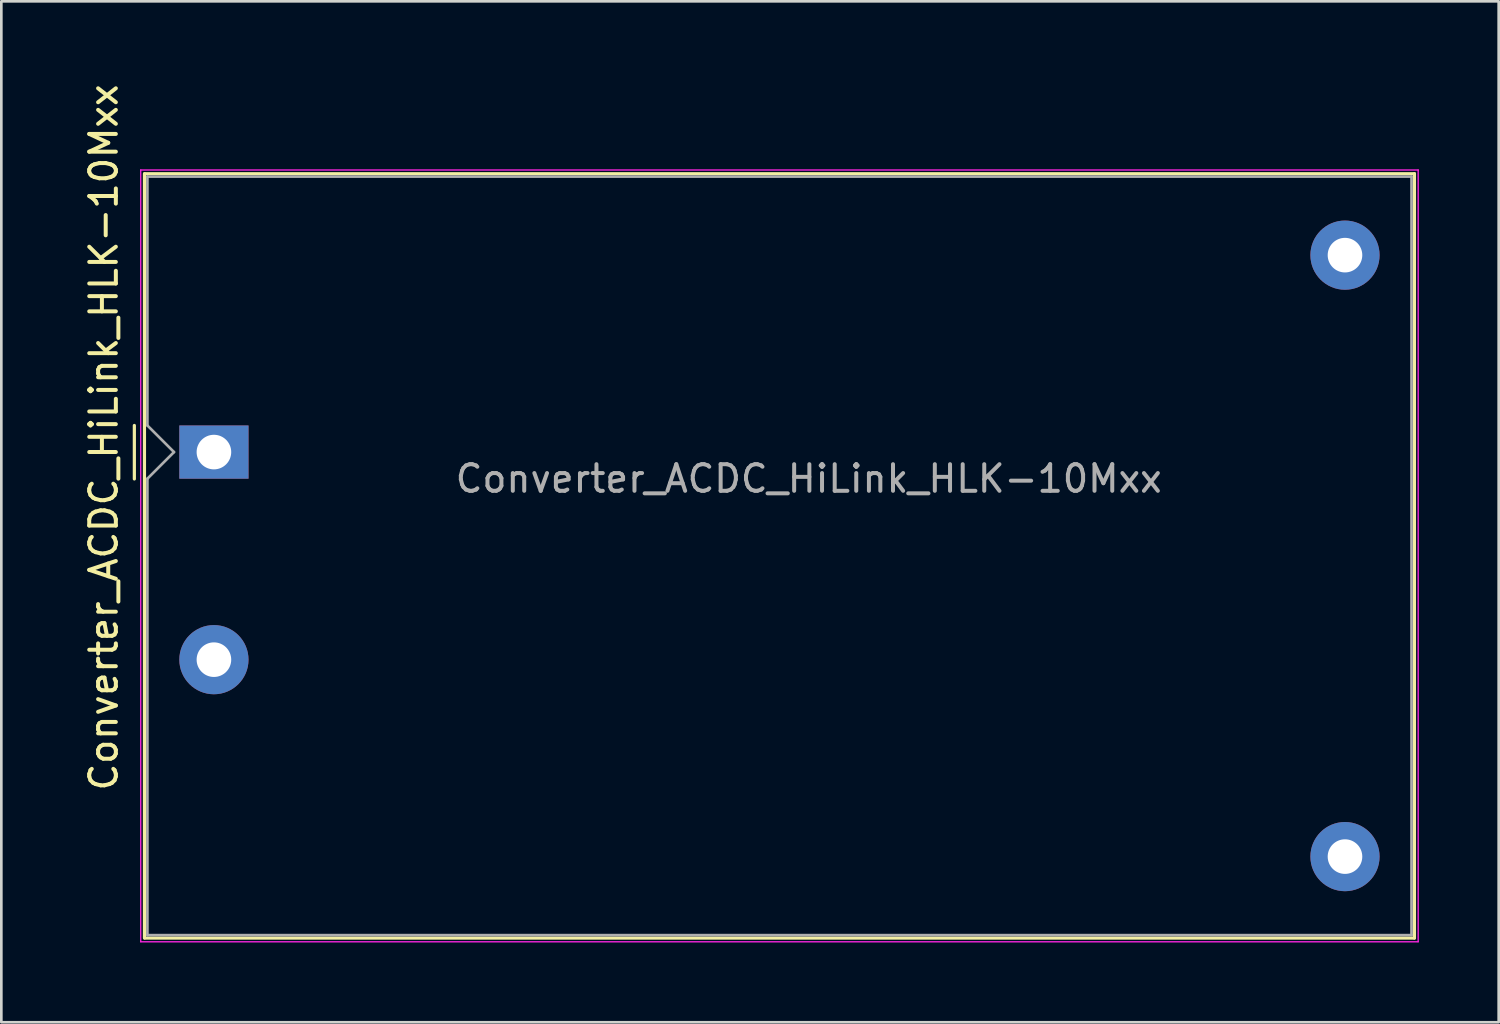
<source format=kicad_pcb>
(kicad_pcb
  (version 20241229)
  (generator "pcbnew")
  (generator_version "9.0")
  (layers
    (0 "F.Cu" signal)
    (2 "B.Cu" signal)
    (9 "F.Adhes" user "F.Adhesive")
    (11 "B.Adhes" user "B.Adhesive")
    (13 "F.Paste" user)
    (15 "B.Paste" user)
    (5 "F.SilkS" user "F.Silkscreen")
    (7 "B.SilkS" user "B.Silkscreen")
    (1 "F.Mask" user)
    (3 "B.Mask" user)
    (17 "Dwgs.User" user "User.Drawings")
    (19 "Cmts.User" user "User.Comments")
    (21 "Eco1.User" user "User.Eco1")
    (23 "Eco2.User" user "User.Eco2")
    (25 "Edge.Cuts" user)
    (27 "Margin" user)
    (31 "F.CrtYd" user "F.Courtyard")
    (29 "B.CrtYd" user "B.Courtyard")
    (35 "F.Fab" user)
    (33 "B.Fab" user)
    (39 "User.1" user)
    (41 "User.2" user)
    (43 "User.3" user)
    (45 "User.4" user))
  (footprint "Converter_ACDC_HiLink_HLK-10Mxx"
    (layer "F.Cu")
    (at 4.988 13.937)
    (property "Reference" "Converter_ACDC_HiLink_HLK-10Mxx" (at -4.14 -0.55 90) (layer "F.SilkS") (effects (font (size 1 1) (thickness 0.15))))
    (attr through_hole)
    (fp_line (start -2.99 -1) (end -2.99 1.01) (stroke (width 0.12) (type solid)) (layer "F.SilkS"))
    (fp_line (start -2.61 -10.46) (end -2.61 18.26) (stroke (width 0.12) (type solid)) (layer "F.SilkS"))
    (fp_line (start -2.6 18.26) (end 45.11 18.26) (stroke (width 0.12) (type solid)) (layer "F.SilkS"))
    (fp_line (start 45.11 -10.46) (end -2.6 -10.46) (stroke (width 0.12) (type solid)) (layer "F.SilkS"))
    (fp_line (start 45.11 18.26) (end 45.11 -10.46) (stroke (width 0.12) (type solid)) (layer "F.SilkS"))
    (fp_line (start -2.75 -10.6) (end -2.75 18.4) (stroke (width 0.05) (type solid)) (layer "F.CrtYd"))
    (fp_line (start -2.75 18.4) (end 45.25 18.4) (stroke (width 0.05) (type solid)) (layer "F.CrtYd"))
    (fp_line (start 45.25 -10.6) (end -2.75 -10.6) (stroke (width 0.05) (type solid)) (layer "F.CrtYd"))
    (fp_line (start 45.25 18.4) (end 45.25 -10.6) (stroke (width 0.05) (type solid)) (layer "F.CrtYd"))
    (fp_line (start -2.5 -10.35) (end 45 -10.35) (stroke (width 0.1) (type solid)) (layer "F.Fab"))
    (fp_line (start -2.5 -1) (end -2.5 -10.35) (stroke (width 0.1) (type solid)) (layer "F.Fab"))
    (fp_line (start -2.5 -1) (end -1.5 0) (stroke (width 0.1) (type solid)) (layer "F.Fab"))
    (fp_line (start -2.5 18.15) (end -2.5 1) (stroke (width 0.1) (type solid)) (layer "F.Fab"))
    (fp_line (start -2.5 18.15) (end 45 18.15) (stroke (width 0.1) (type solid)) (layer "F.Fab"))
    (fp_line (start -1.5 0) (end -2.5 1) (stroke (width 0.1) (type solid)) (layer "F.Fab"))
    (fp_line (start 45 18.15) (end 45 -10.35) (stroke (width 0.1) (type solid)) (layer "F.Fab"))
    (fp_text user "${REFERENCE}" (at 22.35 1 0) (layer "F.Fab") (effects (font (size 1 1) (thickness 0.15))))
    (pad "1" thru_hole rect (at 0 0) (size 2.6 2) (drill 1.3) (layers "*.Cu" "*.Mask"))
    (pad "2" thru_hole circle (at 0 7.8) (size 2.6 2.6) (drill 1.3) (layers "*.Cu" "*.Mask"))
    (pad "3" thru_hole circle (at 42.5 -7.4) (size 2.6 2.6) (drill 1.3) (layers "*.Cu" "*.Mask"))
    (pad "4" thru_hole circle (at 42.5 15.2) (size 2.6 2.6) (drill 1.3) (layers "*.Cu" "*.Mask")))
  (gr_rect
    (start -3 -3)
    (end 53.263 35.362)
    (stroke (width 0.1) (type default))
    (fill no)
    (layer "Edge.Cuts")))
</source>
